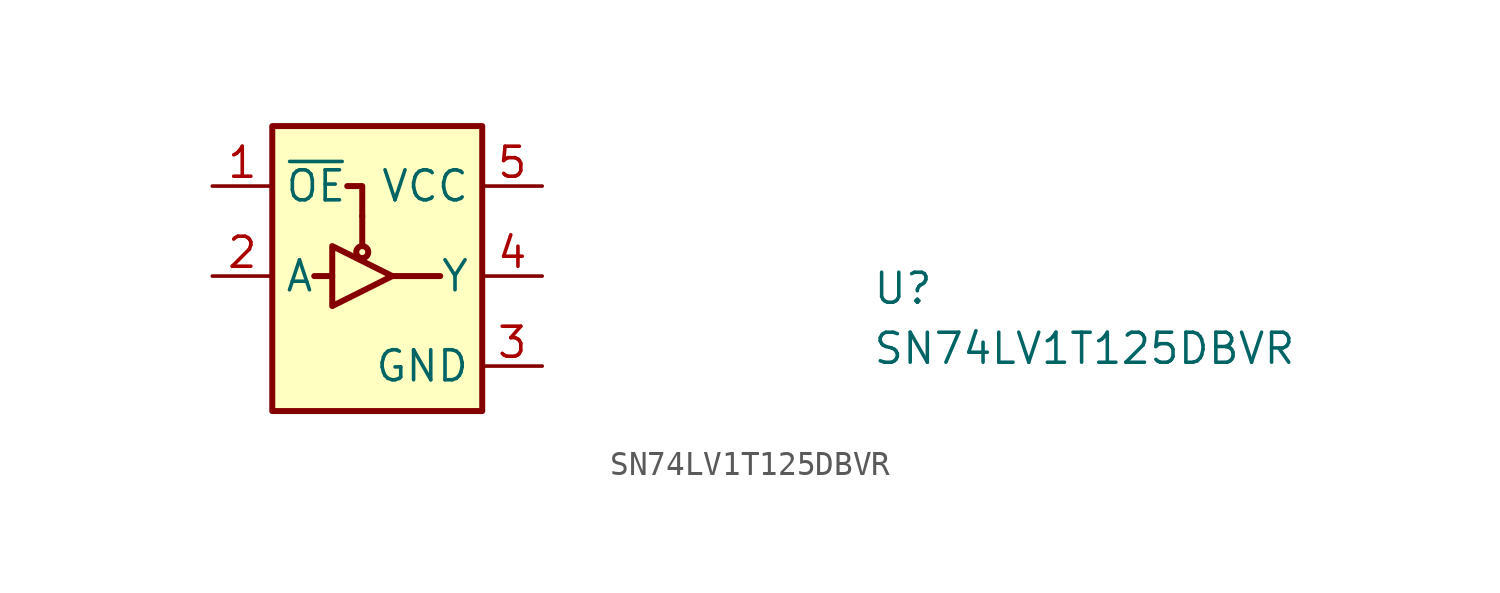
<source format=kicad_sym>
(kicad_symbol_lib
  (version 20211014)
  (generator kicad_symbol_editor)
  (symbol "SN74LV1T125DBVR"
    (property "Reference" "U"
      (at 27.94 -5.08 0)
      (effects (font (size 1.27 1.27) (thickness 0.15)) (justify left bottom)))
    (property "Value" "SN74LV1T125DBVR"
      (at 27.94 -7.62 0)
      (effects (font (size 1.27 1.27) (thickness 0.15)) (justify left bottom)))
    (symbol "SN74LV1T125DBVR_1_1"
      (polyline (pts (xy 6.35 -1.27) (xy 6.35 -2.54)) (stroke (width 0.254) (type default) (color 0 0 0 0)) (fill (type background)))
      (polyline (pts (xy 7.62 -3.81) (xy 9.652 -3.81)) (stroke (width 0.254) (type default) (color 0 0 0 0)) (fill (type background)))
      (polyline (pts (xy 5.08 -3.81) (xy 4.318 -3.81) (xy 4.572 -3.81)) (stroke (width 0.254) (type default) (color 0 0 0 0)) (fill (type background)))
      (polyline (pts (xy 5.715 0) (xy 6.35 0) (xy 6.35 -1.27)) (stroke (width 0.254) (type default) (color 0 0 0 0)) (fill (type background)))
      (polyline (pts (xy 5.08 -2.54) (xy 5.08 -5.08) (xy 7.62 -3.81) (xy 5.08 -2.54)) (stroke (width 0.254) (type default) (color 0 0 0 0)) (fill (type background)))
      (rectangle (start 2.54 2.54) (end 11.43 -9.525) (stroke (width 0.254) (type default) (color 0 0 0 0)) (fill (type background)))
      (circle (center 6.35 -2.794) (radius 0.254) (stroke (width 0.254) (type default) (color 0 0 0 0)) (fill (type background)))
      (pin input line (at 0 0 0) (length 2.54) (name "~{OE}" (effects (font (size 1.27 1.27)))) (number "1" (effects (font (size 1.27 1.27)))))
      (pin input line (at 0 -3.81 0) (length 2.54) (name "A" (effects (font (size 1.27 1.27)))) (number "2" (effects (font (size 1.27 1.27)))))
      (pin power_in line (at 13.97 -7.62 180) (length 2.54) (name "GND" (effects (font (size 1.27 1.27)))) (number "3" (effects (font (size 1.27 1.27)))))
      (pin output line (at 13.97 -3.81 180) (length 2.54) (name "Y" (effects (font (size 1.27 1.27)))) (number "4" (effects (font (size 1.27 1.27)))))
      (pin power_in line (at 13.97 0 180) (length 2.54) (name "VCC" (effects (font (size 1.27 1.27)))) (number "5" (effects (font (size 1.27 1.27))))))))
</source>
